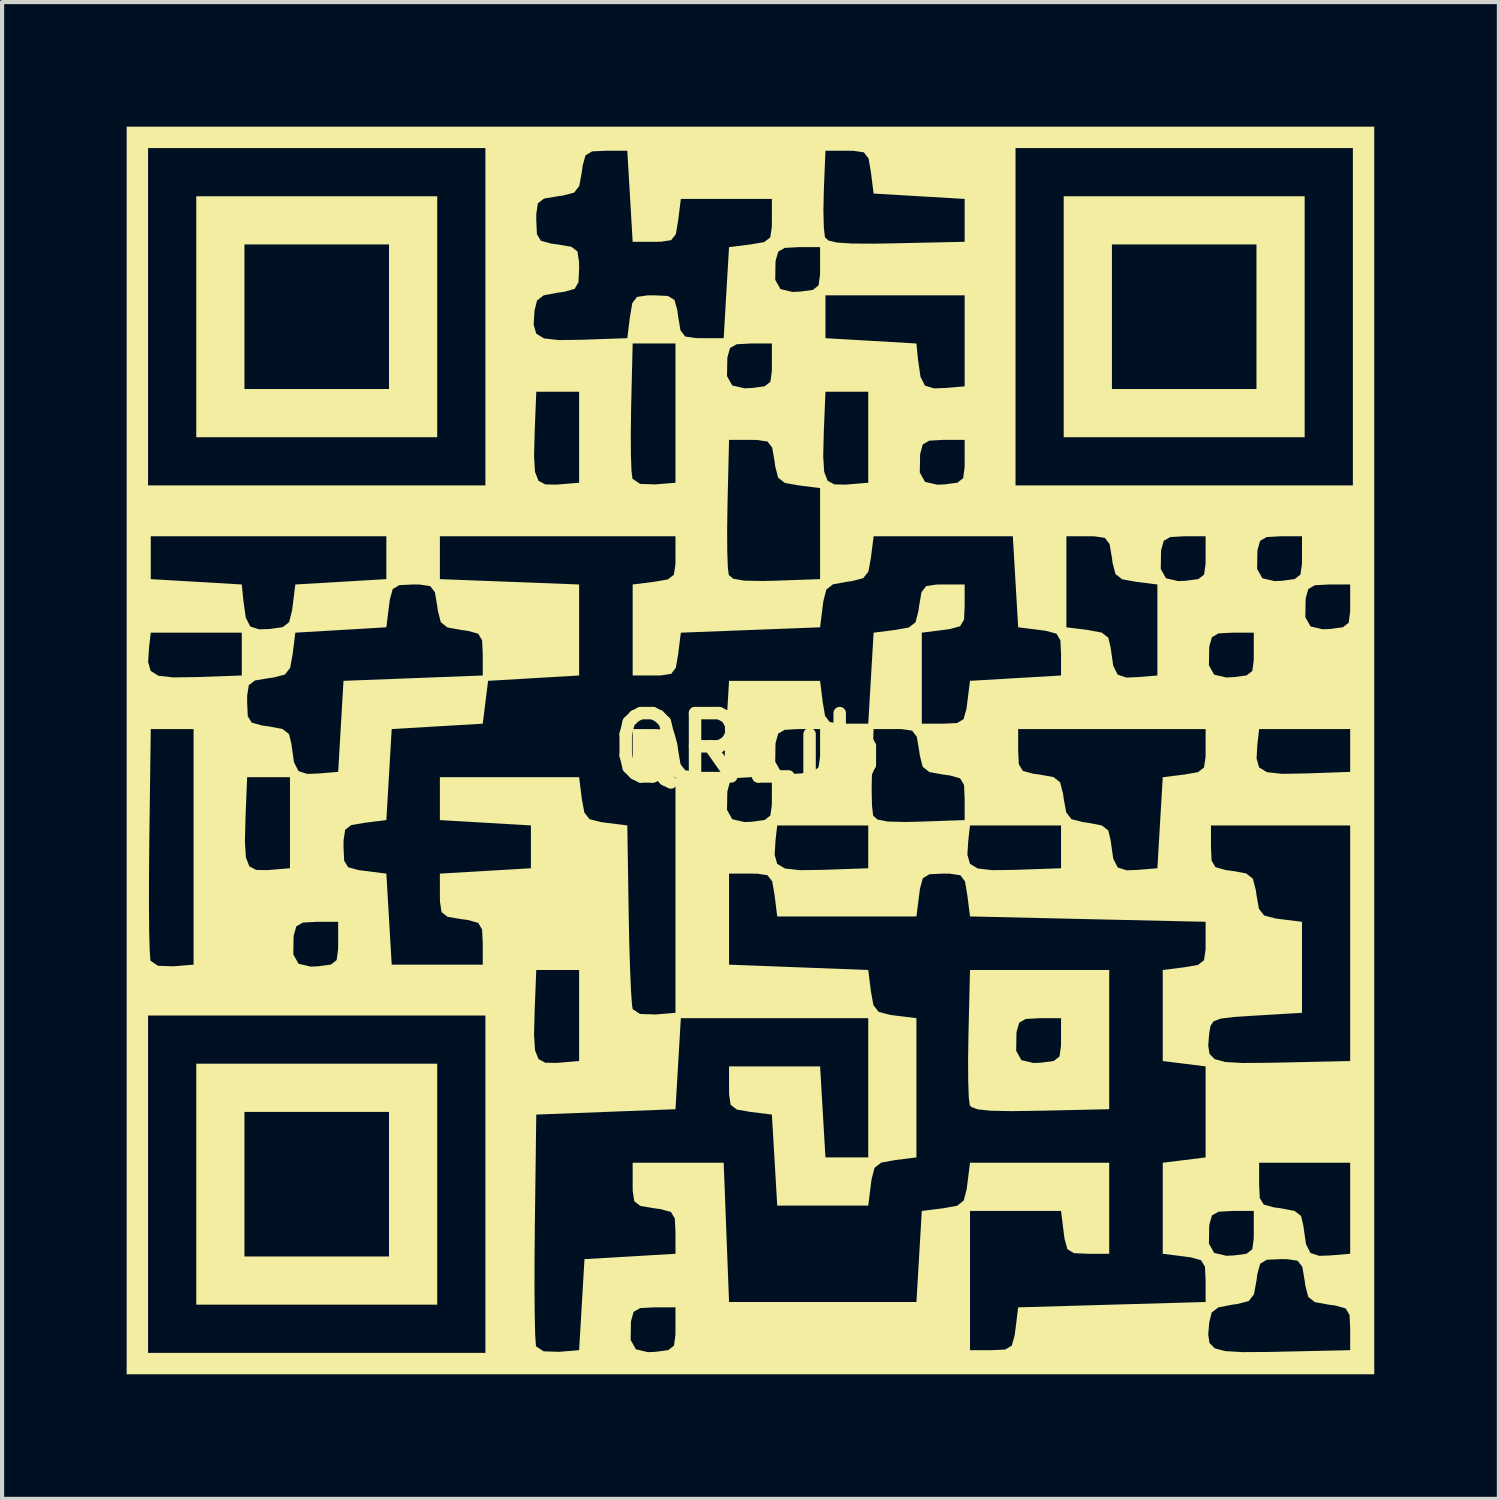
<source format=kicad_pcb>
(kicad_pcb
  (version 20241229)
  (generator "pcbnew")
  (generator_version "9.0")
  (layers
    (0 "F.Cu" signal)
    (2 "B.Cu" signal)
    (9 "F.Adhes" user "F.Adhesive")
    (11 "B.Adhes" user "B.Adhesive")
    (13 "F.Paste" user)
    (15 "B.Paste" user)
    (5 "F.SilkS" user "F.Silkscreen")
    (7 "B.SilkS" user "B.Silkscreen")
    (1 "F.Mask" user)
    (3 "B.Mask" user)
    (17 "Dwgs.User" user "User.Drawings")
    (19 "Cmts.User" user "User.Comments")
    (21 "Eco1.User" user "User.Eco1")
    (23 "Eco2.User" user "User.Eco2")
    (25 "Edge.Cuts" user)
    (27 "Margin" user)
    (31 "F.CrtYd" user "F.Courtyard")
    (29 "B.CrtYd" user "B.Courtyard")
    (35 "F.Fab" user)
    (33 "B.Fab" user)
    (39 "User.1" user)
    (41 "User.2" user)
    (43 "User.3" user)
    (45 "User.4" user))
  (footprint "QRLib"
    (layer "F.Cu")
    (at 14.956 14.956)
    (property "Reference" "QRLib" (at 0 0 0) (layer "F.SilkS") (effects (font (size 1.524 1.524) (thickness 0.3))))
    (attr board_only exclude_from_pos_files exclude_from_bom)
    (fp_poly (pts (xy -7.478 -7.478) (xy -13.28 -7.478) (xy -13.28 -8.639) (xy -12.12 -8.639) (xy -8.639 -8.639) (xy -8.639 -12.12) (xy -12.12 -12.12) (xy -12.12 -8.639) (xy -13.28 -8.639) (xy -13.28 -13.28) (xy -7.478 -13.28)) (stroke (width 0) (type solid)) (fill yes) (layer "F.SilkS"))
    (fp_poly (pts (xy -7.478 13.409) (xy -13.28 13.409) (xy -13.28 12.249) (xy -12.12 12.249) (xy -8.639 12.249) (xy -8.639 8.768) (xy -12.12 8.768) (xy -12.12 12.249) (xy -13.28 12.249) (xy -13.28 7.607) (xy -7.478 7.607)) (stroke (width 0) (type solid)) (fill yes) (layer "F.SilkS"))
    (fp_poly (pts (xy 13.409 -7.478) (xy 7.607 -7.478) (xy 7.607 -8.639) (xy 8.768 -8.639) (xy 12.249 -8.639) (xy 12.249 -12.12) (xy 8.768 -12.12) (xy 8.768 -8.639) (xy 7.607 -8.639) (xy 7.607 -13.28) (xy 13.409 -13.28)) (stroke (width 0) (type solid)) (fill yes) (layer "F.SilkS"))
    (fp_poly (pts (xy 8.703 8.703) (xy 7.057 8.739) (xy 6.341 8.749) (xy 5.847 8.739) (xy 5.539 8.707) (xy 5.381 8.649) (xy 5.344 8.603) (xy 5.321 8.412) (xy 5.308 8.021) (xy 5.305 7.487) (xy 5.308 7.298) (xy 6.463 7.298) (xy 6.589 7.522) (xy 6.881 7.59) (xy 7.058 7.583) (xy 7.369 7.541) (xy 7.506 7.433) (xy 7.542 7.177) (xy 7.543 7.027) (xy 7.543 6.511) (xy 7.027 6.511) (xy 6.692 6.53) (xy 6.535 6.62) (xy 6.474 6.835) (xy 6.469 6.877) (xy 6.463 7.298) (xy 5.308 7.298) (xy 5.314 6.89) (xy 5.351 5.351) (xy 8.703 5.351)) (stroke (width 0) (type solid)) (fill yes) (layer "F.SilkS"))
    (fp_poly (pts (xy 15.085 15.085) (xy -14.956 15.085) (xy -14.956 14.57) (xy -14.441 14.57) (xy -6.318 14.57) (xy -6.318 13.088) (xy -5.136 13.088) (xy -5.13 13.699) (xy -5.119 14.146) (xy -5.102 14.387) (xy -5.097 14.413) (xy -4.916 14.533) (xy -4.546 14.545) (xy -4.061 14.505) (xy -4.047 14.26) (xy -2.82 14.26) (xy -2.695 14.484) (xy -2.402 14.553) (xy -2.225 14.545) (xy -1.915 14.504) (xy -1.777 14.395) (xy -1.742 14.14) (xy -1.741 13.989) (xy -1.741 13.474) (xy -2.256 13.474) (xy -2.591 13.492) (xy -2.749 13.582) (xy -2.809 13.797) (xy -2.814 13.839) (xy -2.82 14.26) (xy -4.047 14.26) (xy -3.932 12.313) (xy -2.837 12.249) (xy -1.741 12.184) (xy -1.741 11.669) (xy -1.756 11.337) (xy -1.85 11.178) (xy -2.098 11.109) (xy -2.256 11.088) (xy -2.586 11.032) (xy -2.733 10.919) (xy -2.771 10.667) (xy -2.772 10.508) (xy -2.772 9.992) (xy -0.58 9.992) (xy -0.516 11.669) (xy -0.451 13.345) (xy 4.061 13.345) (xy 4.19 11.153) (xy 4.706 11.088) (xy 5.04 11.028) (xy 5.2 10.902) (xy 5.271 10.627) (xy 5.286 10.508) (xy 5.351 9.992) (xy 8.703 9.992) (xy 8.703 12.184) (xy 8.187 12.184) (xy 7.856 12.169) (xy 7.697 12.075) (xy 7.628 11.827) (xy 7.607 11.669) (xy 7.543 11.153) (xy 5.351 11.153) (xy 5.351 14.505) (xy 5.866 14.505) (xy 6.198 14.49) (xy 6.357 14.396) (xy 6.426 14.148) (xy 6.428 14.13) (xy 11.087 14.13) (xy 11.118 14.332) (xy 11.242 14.46) (xy 11.497 14.528) (xy 11.919 14.552) (xy 12.546 14.548) (xy 12.859 14.541) (xy 14.505 14.505) (xy 14.505 13.989) (xy 14.49 13.658) (xy 14.396 13.499) (xy 14.148 13.43) (xy 13.989 13.409) (xy 13.656 13.349) (xy 13.496 13.223) (xy 13.425 12.948) (xy 13.409 12.829) (xy 13.353 12.499) (xy 13.24 12.352) (xy 12.988 12.314) (xy 12.829 12.313) (xy 12.497 12.328) (xy 12.339 12.423) (xy 12.27 12.67) (xy 12.249 12.829) (xy 12.188 13.162) (xy 12.062 13.323) (xy 11.787 13.393) (xy 11.669 13.409) (xy 11.33 13.475) (xy 11.17 13.599) (xy 11.111 13.839) (xy 11.087 14.13) (xy 6.428 14.13) (xy 6.447 13.989) (xy 6.511 13.474) (xy 8.768 13.409) (xy 11.024 13.345) (xy 11.024 12.829) (xy 11.009 12.497) (xy 10.914 12.339) (xy 10.667 12.27) (xy 10.508 12.249) (xy 9.992 12.184) (xy 9.992 11.939) (xy 11.104 11.939) (xy 11.23 12.163) (xy 11.523 12.232) (xy 11.7 12.224) (xy 12.01 12.183) (xy 12.148 12.075) (xy 12.183 11.819) (xy 12.184 11.669) (xy 12.184 11.153) (xy 11.669 11.153) (xy 11.334 11.171) (xy 11.176 11.262) (xy 11.116 11.476) (xy 11.111 11.518) (xy 11.104 11.939) (xy 9.992 11.939) (xy 9.992 10.508) (xy 12.313 10.508) (xy 12.328 10.84) (xy 12.423 10.998) (xy 12.67 11.067) (xy 12.829 11.088) (xy 13.165 11.152) (xy 13.323 11.274) (xy 13.38 11.518) (xy 13.382 11.54) (xy 13.441 11.953) (xy 13.549 12.165) (xy 13.76 12.234) (xy 14.021 12.224) (xy 14.505 12.184) (xy 14.505 9.992) (xy 12.313 9.992) (xy 12.313 10.508) (xy 9.992 10.508) (xy 9.992 9.992) (xy 10.508 9.928) (xy 11.024 9.863) (xy 11.024 7.672) (xy 10.508 7.607) (xy 9.992 7.543) (xy 9.992 7.168) (xy 11.087 7.168) (xy 11.118 7.37) (xy 11.242 7.497) (xy 11.497 7.566) (xy 11.919 7.59) (xy 12.546 7.585) (xy 12.859 7.579) (xy 14.505 7.543) (xy 14.505 1.87) (xy 11.153 1.87) (xy 11.153 2.385) (xy 11.168 2.717) (xy 11.262 2.875) (xy 11.51 2.944) (xy 11.669 2.965) (xy 12.002 3.026) (xy 12.162 3.152) (xy 12.233 3.427) (xy 12.249 3.546) (xy 12.309 3.879) (xy 12.435 4.039) (xy 12.71 4.11) (xy 12.829 4.126) (xy 13.345 4.19) (xy 13.345 6.382) (xy 12.249 6.447) (xy 11.718 6.481) (xy 11.392 6.521) (xy 11.217 6.585) (xy 11.142 6.696) (xy 11.112 6.871) (xy 11.111 6.877) (xy 11.087 7.168) (xy 9.992 7.168) (xy 9.992 5.351) (xy 10.508 5.286) (xy 10.838 5.23) (xy 10.985 5.117) (xy 11.023 4.865) (xy 11.024 4.706) (xy 11.024 4.19) (xy 8.187 4.126) (xy 5.351 4.061) (xy 5.286 3.546) (xy 5.23 3.216) (xy 5.117 3.069) (xy 4.865 3.031) (xy 4.706 3.03) (xy 4.375 3.045) (xy 4.216 3.139) (xy 4.147 3.387) (xy 4.126 3.546) (xy 4.061 4.061) (xy 0.709 4.061) (xy 0.645 3.546) (xy 0.588 3.216) (xy 0.476 3.069) (xy 0.223 3.031) (xy 0.064 3.03) (xy -0.451 3.03) (xy -0.451 5.222) (xy 2.901 5.351) (xy 2.965 5.866) (xy 3.026 6.2) (xy 3.152 6.36) (xy 3.427 6.431) (xy 3.546 6.447) (xy 4.061 6.511) (xy 4.061 9.863) (xy 3.546 9.928) (xy 3.212 9.989) (xy 3.052 10.114) (xy 2.981 10.389) (xy 2.965 10.508) (xy 2.901 11.024) (xy 0.709 11.024) (xy 0.645 9.928) (xy 0.58 8.832) (xy 0.064 8.768) (xy -0.265 8.711) (xy -0.412 8.598) (xy -0.45 8.346) (xy -0.451 8.187) (xy -0.451 7.672) (xy 1.741 7.672) (xy 1.87 9.863) (xy 2.901 9.863) (xy 2.901 6.511) (xy -1.612 6.511) (xy -1.741 8.703) (xy -3.417 8.768) (xy -5.093 8.832) (xy -5.128 11.536) (xy -5.135 12.353) (xy -5.136 13.088) (xy -6.318 13.088) (xy -6.318 6.901) (xy -5.147 6.901) (xy -5.123 7.284) (xy -5.039 7.496) (xy -4.876 7.583) (xy -4.613 7.588) (xy -4.546 7.583) (xy -4.061 7.543) (xy -4.061 5.351) (xy -5.093 5.351) (xy -5.131 6.306) (xy -5.147 6.901) (xy -6.318 6.901) (xy -6.318 6.447) (xy -14.441 6.447) (xy -14.441 14.57) (xy -14.956 14.57) (xy -14.956 3.804) (xy -14.419 3.804) (xy -14.414 4.416) (xy -14.402 4.863) (xy -14.386 5.104) (xy -14.38 5.13) (xy -14.199 5.25) (xy -13.829 5.262) (xy -13.345 5.222) (xy -13.345 4.977) (xy -10.943 4.977) (xy -10.817 5.201) (xy -10.525 5.269) (xy -10.348 5.262) (xy -10.038 5.22) (xy -9.9 5.112) (xy -9.865 4.856) (xy -9.863 4.706) (xy -9.863 4.19) (xy -10.379 4.19) (xy -10.714 4.209) (xy -10.871 4.299) (xy -10.932 4.514) (xy -10.937 4.556) (xy -10.943 4.977) (xy -13.345 4.977) (xy -13.345 2.26) (xy -12.109 2.26) (xy -12.085 2.642) (xy -12.002 2.855) (xy -11.839 2.941) (xy -11.576 2.946) (xy -11.508 2.941) (xy -11.024 2.901) (xy -11.024 2.385) (xy -9.735 2.385) (xy -9.719 2.717) (xy -9.625 2.875) (xy -9.377 2.944) (xy -9.219 2.965) (xy -8.703 3.03) (xy -8.574 5.222) (xy -6.382 5.222) (xy -6.382 4.706) (xy -6.397 4.375) (xy -6.492 4.216) (xy -6.739 4.147) (xy -6.898 4.126) (xy -7.228 4.07) (xy -7.374 3.957) (xy -7.412 3.704) (xy -7.414 3.546) (xy -7.414 3.03) (xy -5.222 2.901) (xy -5.222 1.87) (xy -7.414 1.741) (xy -7.414 0.709) (xy -4.061 0.709) (xy -3.997 1.225) (xy -3.936 1.558) (xy -3.811 1.719) (xy -3.536 1.789) (xy -3.417 1.805) (xy -2.901 1.87) (xy -2.868 3.997) (xy -2.853 4.721) (xy -2.833 5.36) (xy -2.811 5.867) (xy -2.787 6.196) (xy -2.772 6.293) (xy -2.596 6.409) (xy -2.225 6.422) (xy -1.741 6.382) (xy -1.741 2.577) (xy 0.647 2.577) (xy 0.708 2.793) (xy 0.896 2.907) (xy 1.252 2.947) (xy 1.821 2.939) (xy 1.835 2.938) (xy 2.901 2.901) (xy 2.901 2.577) (xy 5.288 2.577) (xy 5.35 2.793) (xy 5.537 2.907) (xy 5.894 2.947) (xy 6.463 2.939) (xy 6.477 2.938) (xy 7.543 2.901) (xy 7.543 1.87) (xy 5.351 1.87) (xy 5.309 2.235) (xy 5.288 2.577) (xy 2.901 2.577) (xy 2.901 1.87) (xy 0.709 1.87) (xy 0.667 2.235) (xy 0.647 2.577) (xy -1.741 2.577) (xy -1.741 1.496) (xy -0.5 1.496) (xy -0.374 1.72) (xy -0.081 1.788) (xy 0.096 1.781) (xy 0.406 1.739) (xy 0.544 1.631) (xy 0.579 1.375) (xy 0.58 1.225) (xy 0.58 0.994) (xy 2.982 0.994) (xy 2.991 1.395) (xy 3.018 1.627) (xy 3.022 1.637) (xy 3.123 1.728) (xy 3.368 1.776) (xy 3.8 1.787) (xy 4.156 1.778) (xy 5.222 1.741) (xy 5.222 1.225) (xy 5.207 0.893) (xy 5.112 0.735) (xy 4.865 0.666) (xy 4.706 0.645) (xy 4.373 0.584) (xy 4.212 0.458) (xy 4.142 0.183) (xy 4.126 0.064) (xy 6.511 0.064) (xy 6.526 0.396) (xy 6.621 0.555) (xy 6.868 0.624) (xy 7.027 0.645) (xy 7.36 0.705) (xy 7.521 0.831) (xy 7.591 1.106) (xy 7.607 1.225) (xy 7.668 1.558) (xy 7.794 1.719) (xy 8.068 1.789) (xy 8.187 1.805) (xy 8.523 1.869) (xy 8.681 1.991) (xy 8.739 2.235) (xy 8.741 2.256) (xy 8.8 2.67) (xy 8.908 2.882) (xy 9.118 2.95) (xy 9.379 2.941) (xy 9.863 2.901) (xy 9.992 0.709) (xy 10.508 0.645) (xy 10.838 0.588) (xy 10.985 0.476) (xy 11.018 0.257) (xy 12.251 0.257) (xy 12.312 0.472) (xy 12.5 0.587) (xy 12.856 0.627) (xy 13.425 0.618) (xy 13.439 0.618) (xy 14.505 0.58) (xy 14.505 -0.451) (xy 12.313 -0.451) (xy 12.271 -0.086) (xy 12.251 0.257) (xy 11.018 0.257) (xy 11.023 0.223) (xy 11.024 0.064) (xy 11.024 -0.451) (xy 6.511 -0.451) (xy 6.511 0.064) (xy 4.126 0.064) (xy 4.07 -0.265) (xy 3.957 -0.412) (xy 3.704 -0.45) (xy 3.546 -0.451) (xy 3.03 -0.451) (xy 2.992 0.504) (xy 2.982 0.994) (xy 0.58 0.994) (xy 0.58 0.709) (xy 0.064 0.709) (xy -0.27 0.728) (xy -0.428 0.818) (xy -0.488 1.033) (xy -0.493 1.075) (xy -0.5 1.496) (xy -1.741 1.496) (xy -1.741 0.709) (xy -2.256 0.645) (xy -2.586 0.588) (xy -2.733 0.476) (xy -2.771 0.223) (xy -2.772 0.064) (xy -2.772 -0.451) (xy -2.256 -0.451) (xy -1.925 -0.436) (xy -1.766 -0.342) (xy -1.697 -0.094) (xy -1.676 0.064) (xy -1.62 0.394) (xy -1.507 0.541) (xy -1.255 0.579) (xy -1.096 0.58) (xy -0.58 0.58) (xy -0.566 0.335) (xy 0.661 0.335) (xy 0.787 0.559) (xy 1.079 0.628) (xy 1.256 0.62) (xy 1.567 0.579) (xy 1.704 0.47) (xy 1.74 0.215) (xy 1.741 0.064) (xy 1.741 -0.451) (xy 1.225 -0.451) (xy 0.89 -0.433) (xy 0.733 -0.342) (xy 0.672 -0.128) (xy 0.667 -0.086) (xy 0.661 0.335) (xy -0.566 0.335) (xy -0.451 -1.612) (xy 1.741 -1.612) (xy 1.805 -1.096) (xy 1.861 -0.766) (xy 1.974 -0.619) (xy 2.227 -0.581) (xy 2.385 -0.58) (xy 2.901 -0.58) (xy 2.965 -1.676) (xy 3.03 -2.772) (xy 3.546 -2.837) (xy 3.879 -2.897) (xy 4.039 -3.023) (xy 4.11 -3.298) (xy 4.126 -3.417) (xy 4.182 -3.746) (xy 4.295 -3.893) (xy 4.547 -3.931) (xy 4.706 -3.932) (xy 5.222 -3.932) (xy 5.222 -3.417) (xy 5.207 -3.085) (xy 5.112 -2.927) (xy 4.865 -2.858) (xy 4.706 -2.837) (xy 4.19 -2.772) (xy 4.19 -0.58) (xy 4.706 -0.58) (xy 5.038 -0.595) (xy 5.196 -0.69) (xy 5.265 -0.937) (xy 5.286 -1.096) (xy 5.351 -1.612) (xy 7.543 -1.741) (xy 7.543 -2.256) (xy 7.528 -2.588) (xy 7.433 -2.747) (xy 7.185 -2.815) (xy 7.027 -2.837) (xy 6.511 -2.901) (xy 7.672 -2.901) (xy 8.187 -2.837) (xy 8.523 -2.773) (xy 8.681 -2.651) (xy 8.739 -2.407) (xy 8.741 -2.385) (xy 8.8 -1.972) (xy 8.908 -1.76) (xy 9.118 -1.691) (xy 9.379 -1.701) (xy 9.863 -1.741) (xy 9.863 -1.985) (xy 11.104 -1.985) (xy 11.23 -1.761) (xy 11.523 -1.693) (xy 11.7 -1.701) (xy 12.01 -1.742) (xy 12.148 -1.85) (xy 12.183 -2.106) (xy 12.184 -2.256) (xy 12.184 -2.772) (xy 11.669 -2.772) (xy 11.334 -2.754) (xy 11.176 -2.663) (xy 11.116 -2.449) (xy 11.111 -2.407) (xy 11.104 -1.985) (xy 9.863 -1.985) (xy 9.863 -3.146) (xy 13.425 -3.146) (xy 13.551 -2.922) (xy 13.844 -2.854) (xy 14.021 -2.861) (xy 14.331 -2.902) (xy 14.469 -3.011) (xy 14.504 -3.266) (xy 14.505 -3.417) (xy 14.505 -3.932) (xy 13.989 -3.932) (xy 13.655 -3.914) (xy 13.497 -3.824) (xy 13.437 -3.609) (xy 13.432 -3.567) (xy 13.425 -3.146) (xy 9.863 -3.146) (xy 9.863 -3.932) (xy 9.348 -3.997) (xy 9.014 -4.058) (xy 8.854 -4.183) (xy 8.822 -4.306) (xy 9.944 -4.306) (xy 10.07 -4.082) (xy 10.363 -4.014) (xy 10.539 -4.021) (xy 10.85 -4.063) (xy 10.988 -4.171) (xy 11.006 -4.306) (xy 12.265 -4.306) (xy 12.391 -4.082) (xy 12.683 -4.014) (xy 12.86 -4.021) (xy 13.171 -4.063) (xy 13.308 -4.171) (xy 13.344 -4.427) (xy 13.345 -4.577) (xy 13.345 -5.093) (xy 12.829 -5.093) (xy 12.494 -5.074) (xy 12.337 -4.984) (xy 12.276 -4.769) (xy 12.271 -4.727) (xy 12.265 -4.306) (xy 11.006 -4.306) (xy 11.023 -4.427) (xy 11.024 -4.577) (xy 11.024 -5.093) (xy 10.508 -5.093) (xy 10.173 -5.074) (xy 10.016 -4.984) (xy 9.956 -4.769) (xy 9.951 -4.727) (xy 9.944 -4.306) (xy 8.822 -4.306) (xy 8.783 -4.458) (xy 8.768 -4.577) (xy 8.711 -4.907) (xy 8.598 -5.054) (xy 8.346 -5.092) (xy 8.187 -5.093) (xy 7.672 -5.093) (xy 7.672 -2.901) (xy 6.511 -2.901) (xy 6.382 -5.093) (xy 3.03 -5.093) (xy 2.965 -4.577) (xy 2.905 -4.244) (xy 2.779 -4.083) (xy 2.504 -4.013) (xy 2.385 -3.997) (xy 2.052 -3.936) (xy 1.892 -3.811) (xy 1.821 -3.536) (xy 1.805 -3.417) (xy 1.741 -2.901) (xy -1.612 -2.772) (xy -1.676 -2.256) (xy -1.732 -1.927) (xy -1.845 -1.78) (xy -2.098 -1.742) (xy -2.256 -1.741) (xy -2.772 -1.741) (xy -2.772 -3.932) (xy -2.256 -3.997) (xy -1.927 -4.053) (xy -1.78 -4.166) (xy -1.742 -4.418) (xy -1.741 -4.577) (xy -1.741 -5.093) (xy -7.414 -5.093) (xy -7.414 -4.061) (xy -4.061 -3.932) (xy -4.061 -1.741) (xy -6.253 -1.612) (xy -6.382 -0.58) (xy -8.574 -0.451) (xy -8.703 1.741) (xy -9.219 1.805) (xy -9.548 1.861) (xy -9.695 1.974) (xy -9.733 2.227) (xy -9.735 2.385) (xy -11.024 2.385) (xy -11.024 0.709) (xy -12.055 0.709) (xy -12.094 1.664) (xy -12.109 2.26) (xy -13.345 2.26) (xy -13.345 -0.451) (xy -14.376 -0.451) (xy -14.411 2.253) (xy -14.418 3.07) (xy -14.419 3.804) (xy -14.956 3.804) (xy -14.956 -1.096) (xy -12.055 -1.096) (xy -12.04 -0.764) (xy -11.946 -0.606) (xy -11.698 -0.537) (xy -11.54 -0.516) (xy -11.203 -0.452) (xy -11.046 -0.33) (xy -10.988 -0.086) (xy -10.986 -0.064) (xy -10.927 0.349) (xy -10.819 0.561) (xy -10.609 0.629) (xy -10.348 0.62) (xy -9.863 0.58) (xy -9.735 -1.612) (xy -6.382 -1.741) (xy -6.382 -2.256) (xy -6.397 -2.588) (xy -6.492 -2.747) (xy -6.739 -2.815) (xy -6.898 -2.837) (xy -7.231 -2.897) (xy -7.392 -3.023) (xy -7.462 -3.298) (xy -7.478 -3.417) (xy -7.534 -3.746) (xy -7.647 -3.893) (xy -7.9 -3.931) (xy -8.058 -3.932) (xy -8.39 -3.917) (xy -8.549 -3.823) (xy -8.618 -3.575) (xy -8.639 -3.417) (xy -8.703 -2.901) (xy -10.895 -2.772) (xy -10.959 -2.256) (xy -11.02 -1.923) (xy -11.146 -1.763) (xy -11.421 -1.692) (xy -11.54 -1.676) (xy -11.869 -1.62) (xy -12.016 -1.507) (xy -12.054 -1.255) (xy -12.055 -1.096) (xy -14.956 -1.096) (xy -14.956 -2.064) (xy -14.439 -2.064) (xy -14.377 -1.849) (xy -14.19 -1.734) (xy -13.833 -1.694) (xy -13.264 -1.703) (xy -13.25 -1.703) (xy -12.184 -1.741) (xy -12.184 -2.772) (xy -14.376 -2.772) (xy -14.418 -2.407) (xy -14.439 -2.064) (xy -14.956 -2.064) (xy -14.956 -4.061) (xy -14.376 -4.061) (xy -12.184 -3.932) (xy -12.146 -3.546) (xy -12.088 -3.133) (xy -11.979 -2.92) (xy -11.769 -2.852) (xy -11.508 -2.861) (xy -11.195 -2.906) (xy -11.044 -3.026) (xy -10.975 -3.301) (xy -10.959 -3.417) (xy -10.895 -3.932) (xy -8.703 -4.061) (xy -8.703 -5.093) (xy -14.376 -5.093) (xy -14.376 -4.061) (xy -14.956 -4.061) (xy -14.956 -5.257) (xy -0.497 -5.257) (xy -0.494 -4.727) (xy -0.48 -4.342) (xy -0.458 -4.16) (xy -0.351 -4.071) (xy -0.091 -4.025) (xy 0.363 -4.016) (xy 0.675 -4.024) (xy 1.741 -4.061) (xy 1.741 -6.253) (xy 1.225 -6.318) (xy 6.447 -6.318) (xy 14.57 -6.318) (xy 14.57 -14.441) (xy 6.447 -14.441) (xy 6.447 -6.318) (xy 1.225 -6.318) (xy 0.891 -6.378) (xy 0.731 -6.504) (xy 0.66 -6.779) (xy 0.645 -6.898) (xy 0.623 -7.024) (xy 1.816 -7.024) (xy 1.84 -6.641) (xy 1.923 -6.429) (xy 2.086 -6.342) (xy 2.349 -6.337) (xy 2.416 -6.342) (xy 2.901 -6.382) (xy 2.901 -6.627) (xy 4.142 -6.627) (xy 4.268 -6.403) (xy 4.561 -6.335) (xy 4.737 -6.342) (xy 5.048 -6.384) (xy 5.186 -6.492) (xy 5.221 -6.748) (xy 5.222 -6.898) (xy 5.222 -7.414) (xy 4.706 -7.414) (xy 4.371 -7.395) (xy 4.214 -7.305) (xy 4.154 -7.09) (xy 4.149 -7.048) (xy 4.142 -6.627) (xy 2.901 -6.627) (xy 2.901 -8.574) (xy 1.87 -8.574) (xy 1.831 -7.619) (xy 1.816 -7.024) (xy 0.623 -7.024) (xy 0.588 -7.228) (xy 0.476 -7.374) (xy 0.223 -7.412) (xy 0.064 -7.414) (xy -0.451 -7.414) (xy -0.488 -5.874) (xy -0.497 -5.257) (xy -14.956 -5.257) (xy -14.956 -6.318) (xy -14.441 -6.318) (xy -6.318 -6.318) (xy -6.318 -7.024) (xy -5.147 -7.024) (xy -5.123 -6.641) (xy -5.039 -6.429) (xy -4.876 -6.342) (xy -4.613 -6.337) (xy -4.546 -6.342) (xy -4.061 -6.382) (xy -4.061 -7.578) (xy -2.817 -7.578) (xy -2.814 -7.047) (xy -2.8 -6.661) (xy -2.777 -6.479) (xy -2.593 -6.354) (xy -2.225 -6.342) (xy -1.741 -6.382) (xy -1.741 -8.948) (xy -0.5 -8.948) (xy -0.374 -8.724) (xy -0.081 -8.656) (xy 0.096 -8.663) (xy 0.406 -8.704) (xy 0.544 -8.813) (xy 0.579 -9.068) (xy 0.58 -9.219) (xy 0.58 -9.735) (xy 0.064 -9.735) (xy -0.27 -9.716) (xy -0.428 -9.626) (xy -0.488 -9.411) (xy -0.493 -9.369) (xy -0.5 -8.948) (xy -1.741 -8.948) (xy -1.741 -9.735) (xy -2.772 -9.735) (xy -2.809 -8.195) (xy -2.817 -7.578) (xy -4.061 -7.578) (xy -4.061 -8.574) (xy -5.093 -8.574) (xy -5.131 -7.619) (xy -5.147 -7.024) (xy -6.318 -7.024) (xy -6.318 -10.187) (xy -5.156 -10.187) (xy -5.094 -9.972) (xy -4.907 -9.857) (xy -4.55 -9.817) (xy -3.981 -9.825) (xy -3.967 -9.826) (xy -2.901 -9.863) (xy -2.837 -10.379) (xy -2.78 -10.709) (xy -2.667 -10.856) (xy -2.415 -10.894) (xy -2.256 -10.895) (xy -1.925 -10.88) (xy -1.766 -10.785) (xy -1.697 -10.538) (xy -1.676 -10.379) (xy -1.62 -10.05) (xy -1.507 -9.903) (xy -1.255 -9.865) (xy -1.096 -9.863) (xy -0.58 -9.863) (xy 1.87 -9.863) (xy 4.061 -9.735) (xy 4.099 -9.348) (xy 4.158 -8.935) (xy 4.266 -8.722) (xy 4.477 -8.654) (xy 4.737 -8.663) (xy 5.222 -8.703) (xy 5.222 -10.895) (xy 1.87 -10.895) (xy 1.87 -9.863) (xy -0.58 -9.863) (xy -0.498 -11.269) (xy 0.661 -11.269) (xy 0.787 -11.045) (xy 1.079 -10.976) (xy 1.256 -10.984) (xy 1.567 -11.025) (xy 1.704 -11.134) (xy 1.74 -11.389) (xy 1.741 -11.54) (xy 1.741 -12.055) (xy 1.225 -12.055) (xy 0.89 -12.037) (xy 0.733 -11.946) (xy 0.672 -11.732) (xy 0.667 -11.69) (xy 0.661 -11.269) (xy -0.498 -11.269) (xy -0.451 -12.055) (xy 0.064 -12.12) (xy 0.394 -12.176) (xy 0.541 -12.289) (xy 0.579 -12.541) (xy 0.58 -12.7) (xy 0.58 -12.931) (xy 1.821 -12.931) (xy 1.831 -12.531) (xy 1.857 -12.3) (xy 1.861 -12.289) (xy 1.943 -12.214) (xy 2.145 -12.166) (xy 2.505 -12.142) (xy 3.059 -12.139) (xy 3.575 -12.148) (xy 5.222 -12.184) (xy 5.222 -13.216) (xy 3.03 -13.345) (xy 2.965 -13.86) (xy 2.909 -14.19) (xy 2.796 -14.337) (xy 2.544 -14.375) (xy 2.385 -14.376) (xy 1.87 -14.376) (xy 1.831 -13.421) (xy 1.821 -12.931) (xy 0.58 -12.931) (xy 0.58 -13.216) (xy -1.612 -13.216) (xy -1.676 -12.7) (xy -1.732 -12.37) (xy -1.845 -12.223) (xy -2.098 -12.185) (xy -2.256 -12.184) (xy -2.772 -12.184) (xy -2.901 -14.376) (xy -3.417 -14.376) (xy -3.748 -14.361) (xy -3.907 -14.267) (xy -3.976 -14.019) (xy -3.997 -13.86) (xy -4.058 -13.527) (xy -4.183 -13.367) (xy -4.458 -13.296) (xy -4.577 -13.28) (xy -4.907 -13.224) (xy -5.054 -13.111) (xy -5.092 -12.859) (xy -5.093 -12.7) (xy -5.078 -12.369) (xy -4.983 -12.21) (xy -4.736 -12.141) (xy -4.577 -12.12) (xy -4.248 -12.064) (xy -4.101 -11.951) (xy -4.063 -11.698) (xy -4.061 -11.54) (xy -4.077 -11.208) (xy -4.171 -11.049) (xy -4.419 -10.98) (xy -4.577 -10.959) (xy -4.916 -10.894) (xy -5.075 -10.769) (xy -5.135 -10.529) (xy -5.156 -10.187) (xy -6.318 -10.187) (xy -6.318 -14.441) (xy -14.441 -14.441) (xy -14.441 -6.318) (xy -14.956 -6.318) (xy -14.956 -14.956) (xy 15.085 -14.956)) (stroke (width 0) (type solid)) (fill yes) (layer "F.SilkS")))
  (gr_rect
    (start -3 -3)
    (end 33.042 33.042)
    (stroke (width 0.1) (type default))
    (fill no)
    (layer "Edge.Cuts")))
</source>
